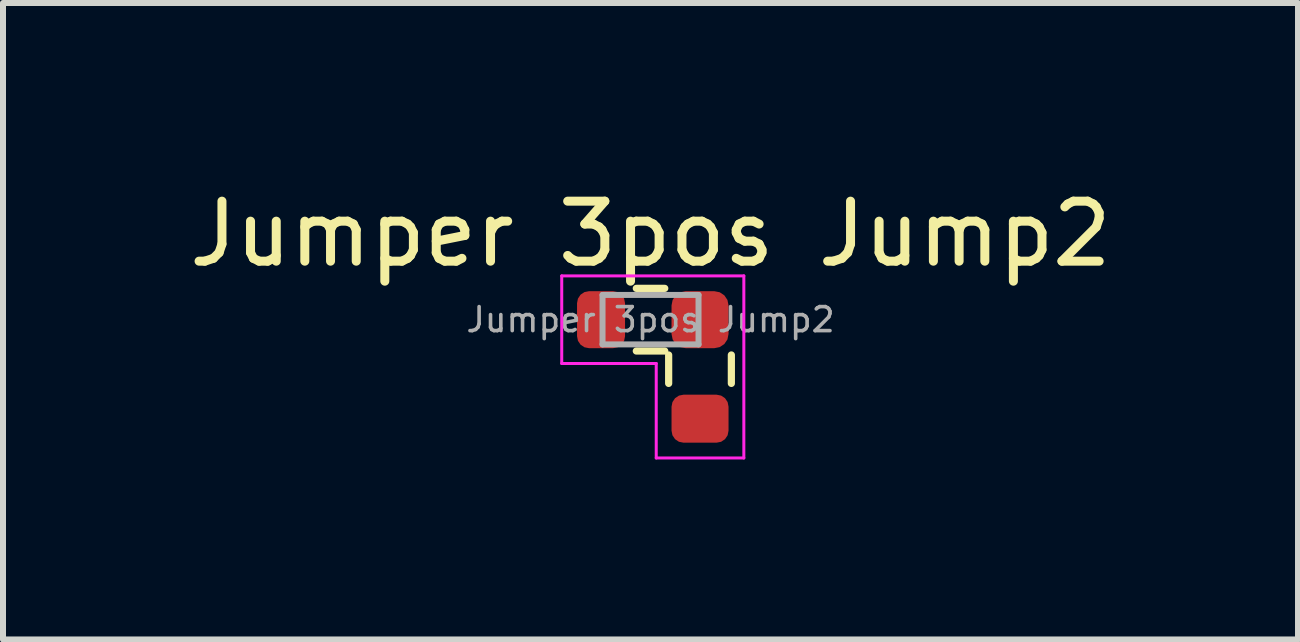
<source format=kicad_pcb>
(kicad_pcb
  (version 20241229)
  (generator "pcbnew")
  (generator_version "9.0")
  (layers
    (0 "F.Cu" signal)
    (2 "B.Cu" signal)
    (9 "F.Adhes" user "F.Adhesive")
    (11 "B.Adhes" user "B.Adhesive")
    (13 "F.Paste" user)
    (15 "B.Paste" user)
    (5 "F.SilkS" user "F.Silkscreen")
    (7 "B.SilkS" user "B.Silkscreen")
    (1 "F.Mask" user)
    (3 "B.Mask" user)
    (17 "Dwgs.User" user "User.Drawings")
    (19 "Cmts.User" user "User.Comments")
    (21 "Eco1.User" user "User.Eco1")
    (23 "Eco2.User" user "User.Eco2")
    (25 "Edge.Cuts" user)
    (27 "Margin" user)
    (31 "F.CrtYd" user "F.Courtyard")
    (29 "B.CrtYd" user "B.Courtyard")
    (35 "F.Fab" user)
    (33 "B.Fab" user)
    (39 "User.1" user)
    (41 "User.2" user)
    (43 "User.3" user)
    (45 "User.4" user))
  (footprint "Jumper 3pos Jump2"
    (layer "F.Cu")
    (at 7.792 2.278)
    (property "Reference" "Jumper 3pos Jump2" (at 0 -1.43 0) (layer "F.SilkS") (effects (font (size 1 1) (thickness 0.15))))
    (attr smd)
    (fp_line (start -0.237 -0.522) (end 0.237 -0.522) (stroke (width 0.12) (type solid)) (layer "F.SilkS"))
    (fp_line (start -0.237 0.522) (end 0.237 0.522) (stroke (width 0.12) (type solid)) (layer "F.SilkS"))
    (fp_line (start 0.302 1.062) (end 0.302 0.588) (stroke (width 0.12) (type solid)) (layer "F.SilkS"))
    (fp_line (start 1.347 1.062) (end 1.347 0.588) (stroke (width 0.12) (type solid)) (layer "F.SilkS"))
    (fp_line (start -1.48 -0.73) (end 1.555 -0.73) (stroke (width 0.05) (type solid)) (layer "F.CrtYd"))
    (fp_line (start -1.48 0.73) (end -1.48 -0.73) (stroke (width 0.05) (type solid)) (layer "F.CrtYd"))
    (fp_line (start 0.095 0.73) (end -1.48 0.73) (stroke (width 0.05) (type solid)) (layer "F.CrtYd"))
    (fp_line (start 0.095 2.305) (end 0.095 0.73) (stroke (width 0.05) (type solid)) (layer "F.CrtYd"))
    (fp_line (start 1.555 -0.73) (end 1.555 2.305) (stroke (width 0.05) (type solid)) (layer "F.CrtYd"))
    (fp_line (start 1.555 2.305) (end 0.095 2.305) (stroke (width 0.05) (type solid)) (layer "F.CrtYd"))
    (fp_line (start -0.8 -0.412) (end 0.8 -0.412) (stroke (width 0.1) (type solid)) (layer "F.Fab"))
    (fp_line (start -0.8 0.412) (end -0.8 -0.412) (stroke (width 0.1) (type solid)) (layer "F.Fab"))
    (fp_line (start 0.8 -0.412) (end 0.8 0.412) (stroke (width 0.1) (type solid)) (layer "F.Fab"))
    (fp_line (start 0.8 0.412) (end -0.8 0.412) (stroke (width 0.1) (type solid)) (layer "F.Fab"))
    (fp_text user "${REFERENCE}" (at 0 0 0) (layer "F.Fab") (effects (font (size 0.4 0.4) (thickness 0.06))))
    (pad "1" smd roundrect (at -0.825 0) (size 0.8 0.95) (layers "F.Cu" "F.Mask" "F.Paste") (roundrect_rratio 0.25))
    (pad "2" smd roundrect (at 0.825 0 90) (size 0.95 0.95) (layers "F.Cu" "F.Mask" "F.Paste") (roundrect_rratio 0.25))
    (pad "3" smd roundrect (at 0.825 1.65 90) (size 0.8 0.95) (layers "F.Cu" "F.Mask" "F.Paste") (roundrect_rratio 0.25)))
  (gr_rect
    (start -3 -3)
    (end 18.583 7.608)
    (stroke (width 0.1) (type default))
    (fill no)
    (layer "Edge.Cuts")))
</source>
